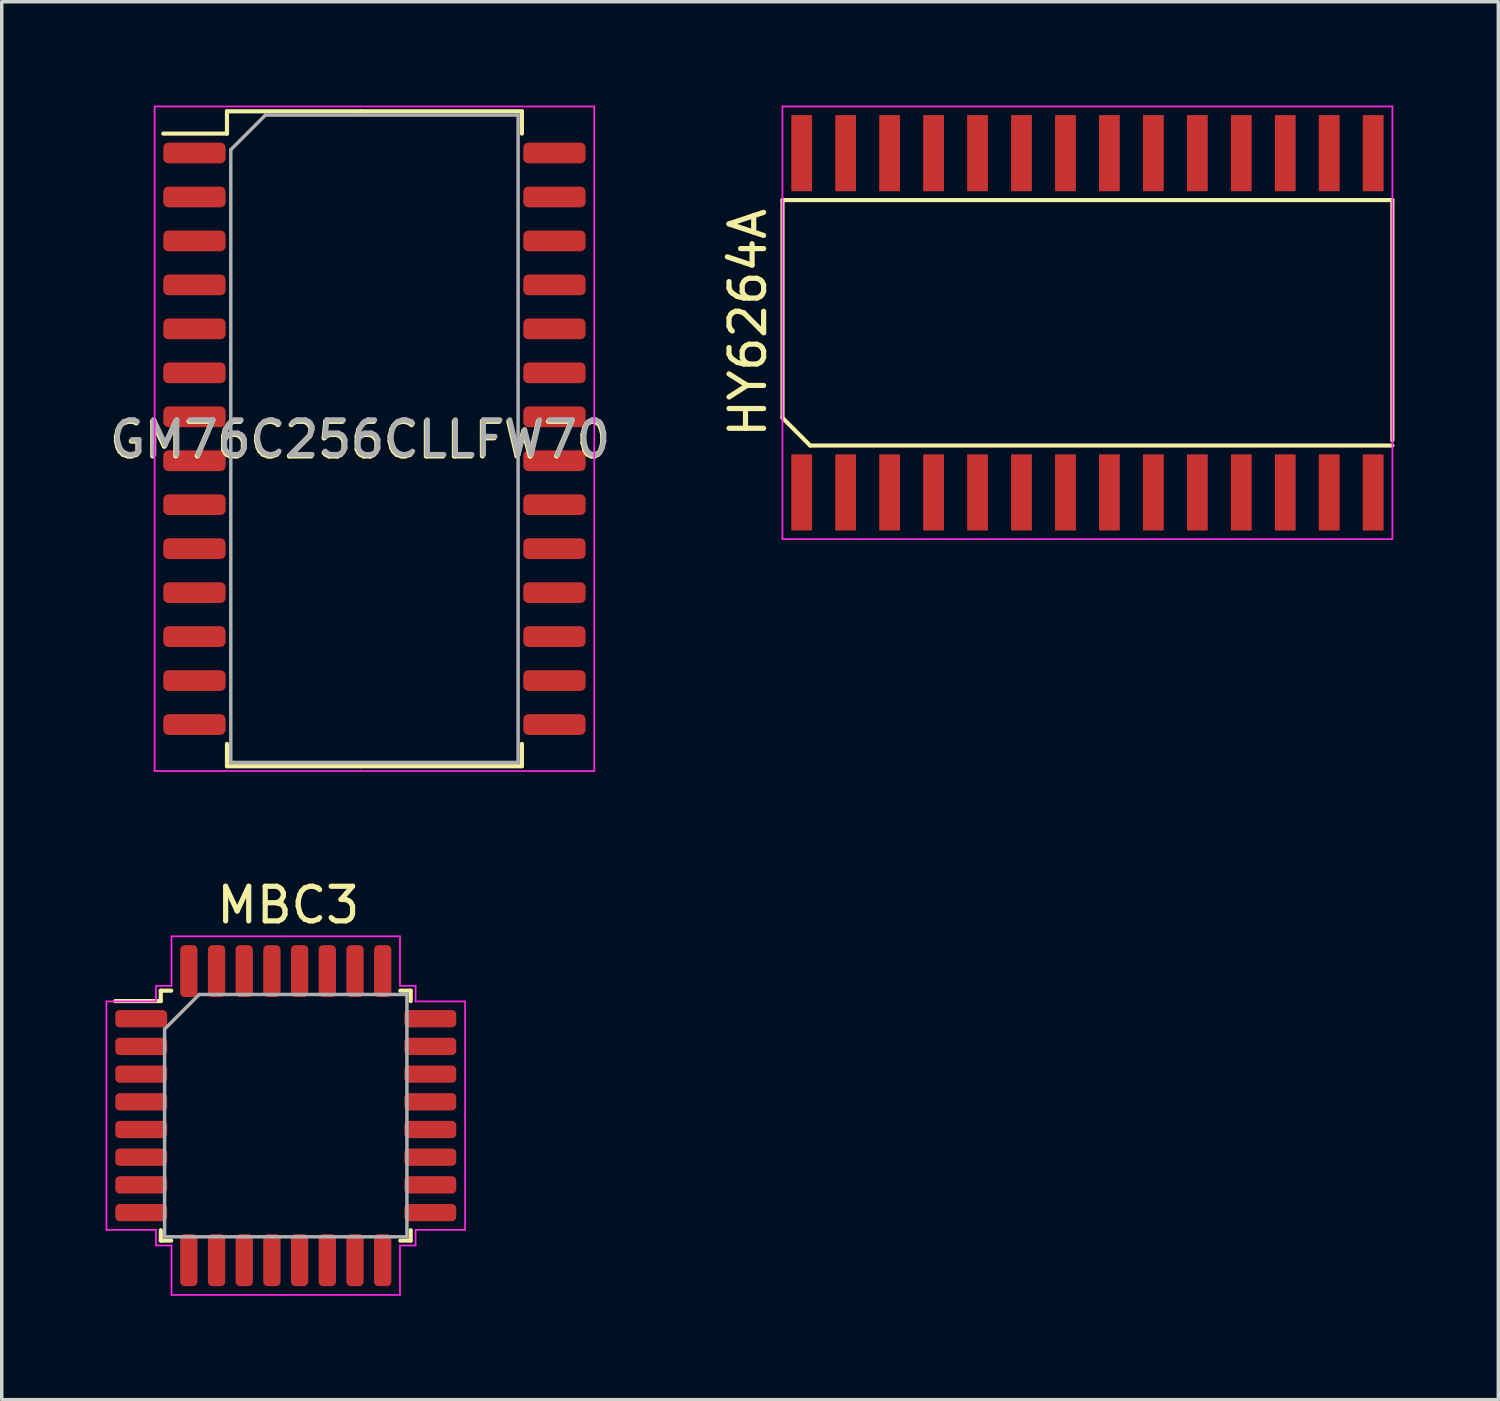
<source format=kicad_pcb>
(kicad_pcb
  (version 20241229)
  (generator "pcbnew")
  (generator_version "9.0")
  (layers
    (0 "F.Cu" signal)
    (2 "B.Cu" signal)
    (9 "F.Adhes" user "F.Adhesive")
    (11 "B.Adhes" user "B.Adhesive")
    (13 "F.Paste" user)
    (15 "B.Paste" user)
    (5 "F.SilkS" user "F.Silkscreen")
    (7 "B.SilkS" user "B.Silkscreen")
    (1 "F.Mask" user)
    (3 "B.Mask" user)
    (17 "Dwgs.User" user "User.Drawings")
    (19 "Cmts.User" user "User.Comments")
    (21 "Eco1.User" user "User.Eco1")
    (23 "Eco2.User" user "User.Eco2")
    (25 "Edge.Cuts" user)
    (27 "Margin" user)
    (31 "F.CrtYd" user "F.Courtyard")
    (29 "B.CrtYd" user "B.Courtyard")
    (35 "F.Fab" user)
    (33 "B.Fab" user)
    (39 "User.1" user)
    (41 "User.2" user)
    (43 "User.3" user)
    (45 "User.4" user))
  (footprint "GM76C256CLLFW70"
    (layer "F.Cu")
    (at 3.617 9.625)
    (property "Reference" "GM76C256CLLFW70" (at 3.722 0.041 0) (layer "F.SilkS") (effects (font (size 1 1) (thickness 0.15))))
    (attr smd)
    (fp_line (start -0.11 -9.46) (end -0.11 -8.815) (stroke (width 0.12) (type solid)) (layer "F.SilkS"))
    (fp_line (start -0.11 -8.815) (end -1.95 -8.815) (stroke (width 0.12) (type solid)) (layer "F.SilkS"))
    (fp_line (start -0.11 9.46) (end -0.11 8.815) (stroke (width 0.12) (type solid)) (layer "F.SilkS"))
    (fp_line (start 3.75 -9.46) (end -0.11 -9.46) (stroke (width 0.12) (type solid)) (layer "F.SilkS"))
    (fp_line (start 3.75 -9.46) (end 8.41 -9.46) (stroke (width 0.12) (type solid)) (layer "F.SilkS"))
    (fp_line (start 3.75 9.46) (end -0.11 9.46) (stroke (width 0.12) (type solid)) (layer "F.SilkS"))
    (fp_line (start 3.75 9.46) (end 8.41 9.46) (stroke (width 0.12) (type solid)) (layer "F.SilkS"))
    (fp_line (start 8.41 -9.46) (end 8.41 -8.815) (stroke (width 0.12) (type solid)) (layer "F.SilkS"))
    (fp_line (start 8.41 9.46) (end 8.41 8.815) (stroke (width 0.12) (type solid)) (layer "F.SilkS"))
    (fp_line (start -2.2 -9.6) (end -2.2 9.6) (stroke (width 0.05) (type solid)) (layer "F.CrtYd"))
    (fp_line (start -2.2 9.6) (end 10.5 9.6) (stroke (width 0.05) (type solid)) (layer "F.CrtYd"))
    (fp_line (start 10.5 -9.6) (end -2.2 -9.6) (stroke (width 0.05) (type solid)) (layer "F.CrtYd"))
    (fp_line (start 10.5 9.6) (end 10.5 -9.6) (stroke (width 0.05) (type solid)) (layer "F.CrtYd"))
    (fp_line (start 0 -8.35) (end 1 -9.35) (stroke (width 0.1) (type solid)) (layer "F.Fab"))
    (fp_line (start 0 9.35) (end 0 -8.35) (stroke (width 0.1) (type solid)) (layer "F.Fab"))
    (fp_line (start 1 -9.35) (end 8.3 -9.35) (stroke (width 0.1) (type solid)) (layer "F.Fab"))
    (fp_line (start 8.3 -9.35) (end 8.3 9.35) (stroke (width 0.1) (type solid)) (layer "F.Fab"))
    (fp_line (start 8.3 9.35) (end 0 9.35) (stroke (width 0.1) (type solid)) (layer "F.Fab"))
    (fp_text user "${REFERENCE}" (at 3.75 0 0) (layer "F.Fab") (effects (font (size 1 1) (thickness 0.15))))
    (pad "1" smd roundrect (at -1.05 -8.255) (size 1.8 0.6) (layers "F.Cu" "F.Mask" "F.Paste") (roundrect_rratio 0.25))
    (pad "2" smd roundrect (at -1.05 -6.985) (size 1.8 0.6) (layers "F.Cu" "F.Mask" "F.Paste") (roundrect_rratio 0.25))
    (pad "3" smd roundrect (at -1.05 -5.715) (size 1.8 0.6) (layers "F.Cu" "F.Mask" "F.Paste") (roundrect_rratio 0.25))
    (pad "4" smd roundrect (at -1.05 -4.445) (size 1.8 0.6) (layers "F.Cu" "F.Mask" "F.Paste") (roundrect_rratio 0.25))
    (pad "5" smd roundrect (at -1.05 -3.175) (size 1.8 0.6) (layers "F.Cu" "F.Mask" "F.Paste") (roundrect_rratio 0.25))
    (pad "6" smd roundrect (at -1.05 -1.905) (size 1.8 0.6) (layers "F.Cu" "F.Mask" "F.Paste") (roundrect_rratio 0.25))
    (pad "7" smd roundrect (at -1.05 -0.635) (size 1.8 0.6) (layers "F.Cu" "F.Mask" "F.Paste") (roundrect_rratio 0.25))
    (pad "8" smd roundrect (at -1.05 0.635) (size 1.8 0.6) (layers "F.Cu" "F.Mask" "F.Paste") (roundrect_rratio 0.25))
    (pad "9" smd roundrect (at -1.05 1.905) (size 1.8 0.6) (layers "F.Cu" "F.Mask" "F.Paste") (roundrect_rratio 0.25))
    (pad "10" smd roundrect (at -1.05 3.175) (size 1.8 0.6) (layers "F.Cu" "F.Mask" "F.Paste") (roundrect_rratio 0.25))
    (pad "11" smd roundrect (at -1.05 4.445) (size 1.8 0.6) (layers "F.Cu" "F.Mask" "F.Paste") (roundrect_rratio 0.25))
    (pad "12" smd roundrect (at -1.05 5.715) (size 1.8 0.6) (layers "F.Cu" "F.Mask" "F.Paste") (roundrect_rratio 0.25))
    (pad "13" smd roundrect (at -1.05 6.985) (size 1.8 0.6) (layers "F.Cu" "F.Mask" "F.Paste") (roundrect_rratio 0.25))
    (pad "14" smd roundrect (at -1.05 8.255) (size 1.8 0.6) (layers "F.Cu" "F.Mask" "F.Paste") (roundrect_rratio 0.25))
    (pad "15" smd roundrect (at 9.35 8.255) (size 1.8 0.6) (layers "F.Cu" "F.Mask" "F.Paste") (roundrect_rratio 0.25))
    (pad "16" smd roundrect (at 9.35 6.985) (size 1.8 0.6) (layers "F.Cu" "F.Mask" "F.Paste") (roundrect_rratio 0.25))
    (pad "17" smd roundrect (at 9.35 5.715) (size 1.8 0.6) (layers "F.Cu" "F.Mask" "F.Paste") (roundrect_rratio 0.25))
    (pad "18" smd roundrect (at 9.35 4.445) (size 1.8 0.6) (layers "F.Cu" "F.Mask" "F.Paste") (roundrect_rratio 0.25))
    (pad "19" smd roundrect (at 9.35 3.175) (size 1.8 0.6) (layers "F.Cu" "F.Mask" "F.Paste") (roundrect_rratio 0.25))
    (pad "20" smd roundrect (at 9.35 1.905) (size 1.8 0.6) (layers "F.Cu" "F.Mask" "F.Paste") (roundrect_rratio 0.25))
    (pad "21" smd roundrect (at 9.35 0.635) (size 1.8 0.6) (layers "F.Cu" "F.Mask" "F.Paste") (roundrect_rratio 0.25))
    (pad "22" smd roundrect (at 9.35 -0.635) (size 1.8 0.6) (layers "F.Cu" "F.Mask" "F.Paste") (roundrect_rratio 0.25))
    (pad "23" smd roundrect (at 9.35 -1.905) (size 1.8 0.6) (layers "F.Cu" "F.Mask" "F.Paste") (roundrect_rratio 0.25))
    (pad "24" smd roundrect (at 9.35 -3.175) (size 1.8 0.6) (layers "F.Cu" "F.Mask" "F.Paste") (roundrect_rratio 0.25))
    (pad "25" smd roundrect (at 9.35 -4.445) (size 1.8 0.6) (layers "F.Cu" "F.Mask" "F.Paste") (roundrect_rratio 0.25))
    (pad "26" smd roundrect (at 9.35 -5.715) (size 1.8 0.6) (layers "F.Cu" "F.Mask" "F.Paste") (roundrect_rratio 0.25))
    (pad "27" smd roundrect (at 9.35 -6.985) (size 1.8 0.6) (layers "F.Cu" "F.Mask" "F.Paste") (roundrect_rratio 0.25))
    (pad "28" smd roundrect (at 9.35 -8.255) (size 1.8 0.6) (layers "F.Cu" "F.Mask" "F.Paste") (roundrect_rratio 0.25)))
  (footprint "HY6264A"
    (layer "F.Cu")
    (at 28.364 6.275)
    (property "Reference" "HY6264A" (at -9.809 0 90) (layer "F.SilkS") (effects (font (size 1 1) (thickness 0.15))))
    (attr smd)
    (fp_line (start -8.809 -3.546) (end 8.809 -3.546) (stroke (width 0.12) (type solid)) (layer "F.SilkS"))
    (fp_line (start -8.809 2.746) (end -8.809 -3.546) (stroke (width 0.12) (type solid)) (layer "F.SilkS"))
    (fp_line (start -8.009 3.546) (end -8.809 2.746) (stroke (width 0.12) (type solid)) (layer "F.SilkS"))
    (fp_line (start 8.809 -3.546) (end 8.809 3.396) (stroke (width 0.12) (type solid)) (layer "F.SilkS"))
    (fp_line (start 8.809 3.546) (end -8.009 3.546) (stroke (width 0.12) (type solid)) (layer "F.SilkS"))
    (fp_line (start -8.81 -6.25) (end 8.81 -6.25) (stroke (width 0.05) (type solid)) (layer "F.CrtYd"))
    (fp_line (start -8.81 6.25) (end -8.81 -6.25) (stroke (width 0.05) (type solid)) (layer "F.CrtYd"))
    (fp_line (start 8.81 -6.25) (end 8.81 6.25) (stroke (width 0.05) (type solid)) (layer "F.CrtYd"))
    (fp_line (start 8.81 6.25) (end -8.81 6.25) (stroke (width 0.05) (type solid)) (layer "F.CrtYd"))
    (pad "1" smd rect (at -8.255 4.9) (size 0.6 2.2) (layers "F.Cu" "F.Mask" "F.Paste"))
    (pad "2" smd rect (at -6.985 4.9) (size 0.6 2.2) (layers "F.Cu" "F.Mask" "F.Paste"))
    (pad "3" smd rect (at -5.715 4.9) (size 0.6 2.2) (layers "F.Cu" "F.Mask" "F.Paste"))
    (pad "4" smd rect (at -4.445 4.9) (size 0.6 2.2) (layers "F.Cu" "F.Mask" "F.Paste"))
    (pad "5" smd rect (at -3.175 4.9) (size 0.6 2.2) (layers "F.Cu" "F.Mask" "F.Paste"))
    (pad "6" smd rect (at -1.905 4.9) (size 0.6 2.2) (layers "F.Cu" "F.Mask" "F.Paste"))
    (pad "7" smd rect (at -0.635 4.9) (size 0.6 2.2) (layers "F.Cu" "F.Mask" "F.Paste"))
    (pad "8" smd rect (at 0.635 4.9) (size 0.6 2.2) (layers "F.Cu" "F.Mask" "F.Paste"))
    (pad "9" smd rect (at 1.905 4.9) (size 0.6 2.2) (layers "F.Cu" "F.Mask" "F.Paste"))
    (pad "10" smd rect (at 3.175 4.9) (size 0.6 2.2) (layers "F.Cu" "F.Mask" "F.Paste"))
    (pad "11" smd rect (at 4.445 4.9) (size 0.6 2.2) (layers "F.Cu" "F.Mask" "F.Paste"))
    (pad "12" smd rect (at 5.715 4.9) (size 0.6 2.2) (layers "F.Cu" "F.Mask" "F.Paste"))
    (pad "13" smd rect (at 6.985 4.9) (size 0.6 2.2) (layers "F.Cu" "F.Mask" "F.Paste"))
    (pad "14" smd rect (at 8.255 4.9) (size 0.6 2.2) (layers "F.Cu" "F.Mask" "F.Paste"))
    (pad "15" smd rect (at 8.255 -4.9) (size 0.6 2.2) (layers "F.Cu" "F.Mask" "F.Paste"))
    (pad "16" smd rect (at 6.985 -4.9) (size 0.6 2.2) (layers "F.Cu" "F.Mask" "F.Paste"))
    (pad "17" smd rect (at 5.715 -4.9) (size 0.6 2.2) (layers "F.Cu" "F.Mask" "F.Paste"))
    (pad "18" smd rect (at 4.445 -4.9) (size 0.6 2.2) (layers "F.Cu" "F.Mask" "F.Paste"))
    (pad "19" smd rect (at 3.175 -4.9) (size 0.6 2.2) (layers "F.Cu" "F.Mask" "F.Paste"))
    (pad "20" smd rect (at 1.905 -4.9) (size 0.6 2.2) (layers "F.Cu" "F.Mask" "F.Paste"))
    (pad "21" smd rect (at 0.635 -4.9) (size 0.6 2.2) (layers "F.Cu" "F.Mask" "F.Paste"))
    (pad "22" smd rect (at -0.635 -4.9) (size 0.6 2.2) (layers "F.Cu" "F.Mask" "F.Paste"))
    (pad "23" smd rect (at -1.905 -4.9) (size 0.6 2.2) (layers "F.Cu" "F.Mask" "F.Paste"))
    (pad "24" smd rect (at -3.175 -4.9) (size 0.6 2.2) (layers "F.Cu" "F.Mask" "F.Paste"))
    (pad "25" smd rect (at -4.445 -4.9) (size 0.6 2.2) (layers "F.Cu" "F.Mask" "F.Paste"))
    (pad "26" smd rect (at -5.715 -4.9) (size 0.6 2.2) (layers "F.Cu" "F.Mask" "F.Paste"))
    (pad "27" smd rect (at -6.985 -4.9) (size 0.6 2.2) (layers "F.Cu" "F.Mask" "F.Paste"))
    (pad "28" smd rect (at -8.255 -4.9) (size 0.6 2.2) (layers "F.Cu" "F.Mask" "F.Paste")))
  (footprint "MBC3"
    (layer "F.Cu")
    (at 5.469 29.527)
    (property "Reference" "MBC3" (at -0.191 -6.429 0) (layer "F.SilkS") (effects (font (size 1 1) (thickness 0.15))))
    (attr through_hole)
    (fp_line (start -3.874 -3.958) (end -3.874 -3.658) (stroke (width 0.12) (type solid)) (layer "F.SilkS"))
    (fp_line (start -3.874 -3.658) (end -5.189 -3.658) (stroke (width 0.12) (type solid)) (layer "F.SilkS"))
    (fp_line (start -3.874 3.262) (end -3.874 2.962) (stroke (width 0.12) (type solid)) (layer "F.SilkS"))
    (fp_line (start -3.574 -3.958) (end -3.874 -3.958) (stroke (width 0.12) (type solid)) (layer "F.SilkS"))
    (fp_line (start -3.574 3.262) (end -3.874 3.262) (stroke (width 0.12) (type solid)) (layer "F.SilkS"))
    (fp_line (start 3.046 -3.958) (end 3.346 -3.958) (stroke (width 0.12) (type solid)) (layer "F.SilkS"))
    (fp_line (start 3.046 3.262) (end 3.346 3.262) (stroke (width 0.12) (type solid)) (layer "F.SilkS"))
    (fp_line (start 3.346 -3.958) (end 3.346 -3.658) (stroke (width 0.12) (type solid)) (layer "F.SilkS"))
    (fp_line (start 3.346 3.262) (end 3.346 2.962) (stroke (width 0.12) (type solid)) (layer "F.SilkS"))
    (fp_line (start -5.444 -3.648) (end -5.444 -0.348) (stroke (width 0.05) (type solid)) (layer "F.CrtYd"))
    (fp_line (start -5.444 2.952) (end -5.444 -0.348) (stroke (width 0.05) (type solid)) (layer "F.CrtYd"))
    (fp_line (start -4.014 -4.098) (end -4.014 -3.648) (stroke (width 0.05) (type solid)) (layer "F.CrtYd"))
    (fp_line (start -4.014 -3.648) (end -5.444 -3.648) (stroke (width 0.05) (type solid)) (layer "F.CrtYd"))
    (fp_line (start -4.014 2.952) (end -5.444 2.952) (stroke (width 0.05) (type solid)) (layer "F.CrtYd"))
    (fp_line (start -4.014 3.402) (end -4.014 2.952) (stroke (width 0.05) (type solid)) (layer "F.CrtYd"))
    (fp_line (start -3.564 -5.528) (end -3.564 -4.098) (stroke (width 0.05) (type solid)) (layer "F.CrtYd"))
    (fp_line (start -3.564 -4.098) (end -4.014 -4.098) (stroke (width 0.05) (type solid)) (layer "F.CrtYd"))
    (fp_line (start -3.564 3.402) (end -4.014 3.402) (stroke (width 0.05) (type solid)) (layer "F.CrtYd"))
    (fp_line (start -3.564 4.832) (end -3.564 3.402) (stroke (width 0.05) (type solid)) (layer "F.CrtYd"))
    (fp_line (start -0.264 -5.528) (end -3.564 -5.528) (stroke (width 0.05) (type solid)) (layer "F.CrtYd"))
    (fp_line (start -0.264 -5.528) (end 3.036 -5.528) (stroke (width 0.05) (type solid)) (layer "F.CrtYd"))
    (fp_line (start -0.264 4.832) (end -3.564 4.832) (stroke (width 0.05) (type solid)) (layer "F.CrtYd"))
    (fp_line (start -0.264 4.832) (end 3.036 4.832) (stroke (width 0.05) (type solid)) (layer "F.CrtYd"))
    (fp_line (start 3.036 -5.528) (end 3.036 -4.098) (stroke (width 0.05) (type solid)) (layer "F.CrtYd"))
    (fp_line (start 3.036 -4.098) (end 3.486 -4.098) (stroke (width 0.05) (type solid)) (layer "F.CrtYd"))
    (fp_line (start 3.036 3.402) (end 3.486 3.402) (stroke (width 0.05) (type solid)) (layer "F.CrtYd"))
    (fp_line (start 3.036 4.832) (end 3.036 3.402) (stroke (width 0.05) (type solid)) (layer "F.CrtYd"))
    (fp_line (start 3.486 -4.098) (end 3.486 -3.648) (stroke (width 0.05) (type solid)) (layer "F.CrtYd"))
    (fp_line (start 3.486 -3.648) (end 4.916 -3.648) (stroke (width 0.05) (type solid)) (layer "F.CrtYd"))
    (fp_line (start 3.486 2.952) (end 4.916 2.952) (stroke (width 0.05) (type solid)) (layer "F.CrtYd"))
    (fp_line (start 3.486 3.402) (end 3.486 2.952) (stroke (width 0.05) (type solid)) (layer "F.CrtYd"))
    (fp_line (start 4.916 -3.648) (end 4.916 -0.348) (stroke (width 0.05) (type solid)) (layer "F.CrtYd"))
    (fp_line (start 4.916 2.952) (end 4.916 -0.348) (stroke (width 0.05) (type solid)) (layer "F.CrtYd"))
    (fp_line (start -3.764 -2.848) (end -2.764 -3.848) (stroke (width 0.1) (type solid)) (layer "F.Fab"))
    (fp_line (start -3.764 3.152) (end -3.764 -2.848) (stroke (width 0.1) (type solid)) (layer "F.Fab"))
    (fp_line (start -2.764 -3.848) (end 3.236 -3.848) (stroke (width 0.1) (type solid)) (layer "F.Fab"))
    (fp_line (start 3.236 -3.848) (end 3.236 3.152) (stroke (width 0.1) (type solid)) (layer "F.Fab"))
    (fp_line (start 3.236 3.152) (end -3.764 3.152) (stroke (width 0.1) (type solid)) (layer "F.Fab"))
    (pad "1" smd roundrect (at -4.439 -3.148) (size 1.5 0.5) (layers "F.Cu" "F.Mask" "F.Paste") (roundrect_rratio 0.25))
    (pad "2" smd roundrect (at -4.439 -2.348) (size 1.5 0.5) (layers "F.Cu" "F.Mask" "F.Paste") (roundrect_rratio 0.25))
    (pad "3" smd roundrect (at -4.439 -1.548) (size 1.5 0.5) (layers "F.Cu" "F.Mask" "F.Paste") (roundrect_rratio 0.25))
    (pad "4" smd roundrect (at -4.439 -0.748) (size 1.5 0.5) (layers "F.Cu" "F.Mask" "F.Paste") (roundrect_rratio 0.25))
    (pad "5" smd roundrect (at -4.439 0.052) (size 1.5 0.5) (layers "F.Cu" "F.Mask" "F.Paste") (roundrect_rratio 0.25))
    (pad "6" smd roundrect (at -4.439 0.852) (size 1.5 0.5) (layers "F.Cu" "F.Mask" "F.Paste") (roundrect_rratio 0.25))
    (pad "7" smd roundrect (at -4.439 1.652) (size 1.5 0.5) (layers "F.Cu" "F.Mask" "F.Paste") (roundrect_rratio 0.25))
    (pad "8" smd roundrect (at -4.439 2.452) (size 1.5 0.5) (layers "F.Cu" "F.Mask" "F.Paste") (roundrect_rratio 0.25))
    (pad "9" smd roundrect (at -3.064 3.827) (size 0.5 1.5) (layers "F.Cu" "F.Mask" "F.Paste") (roundrect_rratio 0.25))
    (pad "10" smd roundrect (at -2.264 3.827) (size 0.5 1.5) (layers "F.Cu" "F.Mask" "F.Paste") (roundrect_rratio 0.25))
    (pad "11" smd roundrect (at -1.464 3.827) (size 0.5 1.5) (layers "F.Cu" "F.Mask" "F.Paste") (roundrect_rratio 0.25))
    (pad "12" smd roundrect (at -0.664 3.827) (size 0.5 1.5) (layers "F.Cu" "F.Mask" "F.Paste") (roundrect_rratio 0.25))
    (pad "13" smd roundrect (at 0.136 3.827) (size 0.5 1.5) (layers "F.Cu" "F.Mask" "F.Paste") (roundrect_rratio 0.25))
    (pad "14" smd roundrect (at 0.936 3.827) (size 0.5 1.5) (layers "F.Cu" "F.Mask" "F.Paste") (roundrect_rratio 0.25))
    (pad "15" smd roundrect (at 1.736 3.827) (size 0.5 1.5) (layers "F.Cu" "F.Mask" "F.Paste") (roundrect_rratio 0.25))
    (pad "16" smd roundrect (at 2.536 3.827) (size 0.5 1.5) (layers "F.Cu" "F.Mask" "F.Paste") (roundrect_rratio 0.25))
    (pad "17" smd roundrect (at 3.911 2.452) (size 1.5 0.5) (layers "F.Cu" "F.Mask" "F.Paste") (roundrect_rratio 0.25))
    (pad "18" smd roundrect (at 3.911 1.652) (size 1.5 0.5) (layers "F.Cu" "F.Mask" "F.Paste") (roundrect_rratio 0.25))
    (pad "19" smd roundrect (at 3.911 0.852) (size 1.5 0.5) (layers "F.Cu" "F.Mask" "F.Paste") (roundrect_rratio 0.25))
    (pad "20" smd roundrect (at 3.911 0.052) (size 1.5 0.5) (layers "F.Cu" "F.Mask" "F.Paste") (roundrect_rratio 0.25))
    (pad "21" smd roundrect (at 3.911 -0.748) (size 1.5 0.5) (layers "F.Cu" "F.Mask" "F.Paste") (roundrect_rratio 0.25))
    (pad "22" smd roundrect (at 3.911 -1.548) (size 1.5 0.5) (layers "F.Cu" "F.Mask" "F.Paste") (roundrect_rratio 0.25))
    (pad "23" smd roundrect (at 3.911 -2.348) (size 1.5 0.5) (layers "F.Cu" "F.Mask" "F.Paste") (roundrect_rratio 0.25))
    (pad "24" smd roundrect (at 3.911 -3.148) (size 1.5 0.5) (layers "F.Cu" "F.Mask" "F.Paste") (roundrect_rratio 0.25))
    (pad "25" smd roundrect (at 2.536 -4.523) (size 0.5 1.5) (layers "F.Cu" "F.Mask" "F.Paste") (roundrect_rratio 0.25))
    (pad "26" smd roundrect (at 1.736 -4.523) (size 0.5 1.5) (layers "F.Cu" "F.Mask" "F.Paste") (roundrect_rratio 0.25))
    (pad "27" smd roundrect (at 0.936 -4.523) (size 0.5 1.5) (layers "F.Cu" "F.Mask" "F.Paste") (roundrect_rratio 0.25))
    (pad "28" smd roundrect (at 0.136 -4.523) (size 0.5 1.5) (layers "F.Cu" "F.Mask" "F.Paste") (roundrect_rratio 0.25))
    (pad "29" smd roundrect (at -0.664 -4.523) (size 0.5 1.5) (layers "F.Cu" "F.Mask" "F.Paste") (roundrect_rratio 0.25))
    (pad "30" smd roundrect (at -1.464 -4.523) (size 0.5 1.5) (layers "F.Cu" "F.Mask" "F.Paste") (roundrect_rratio 0.25))
    (pad "31" smd roundrect (at -2.264 -4.523) (size 0.5 1.5) (layers "F.Cu" "F.Mask" "F.Paste") (roundrect_rratio 0.25))
    (pad "32" smd roundrect (at -3.064 -4.523) (size 0.5 1.5) (layers "F.Cu" "F.Mask" "F.Paste") (roundrect_rratio 0.25)))
  (gr_rect
    (start -3 -3)
    (end 40.233 37.384)
    (stroke (width 0.1) (type default))
    (fill no)
    (layer "Edge.Cuts")))
</source>
